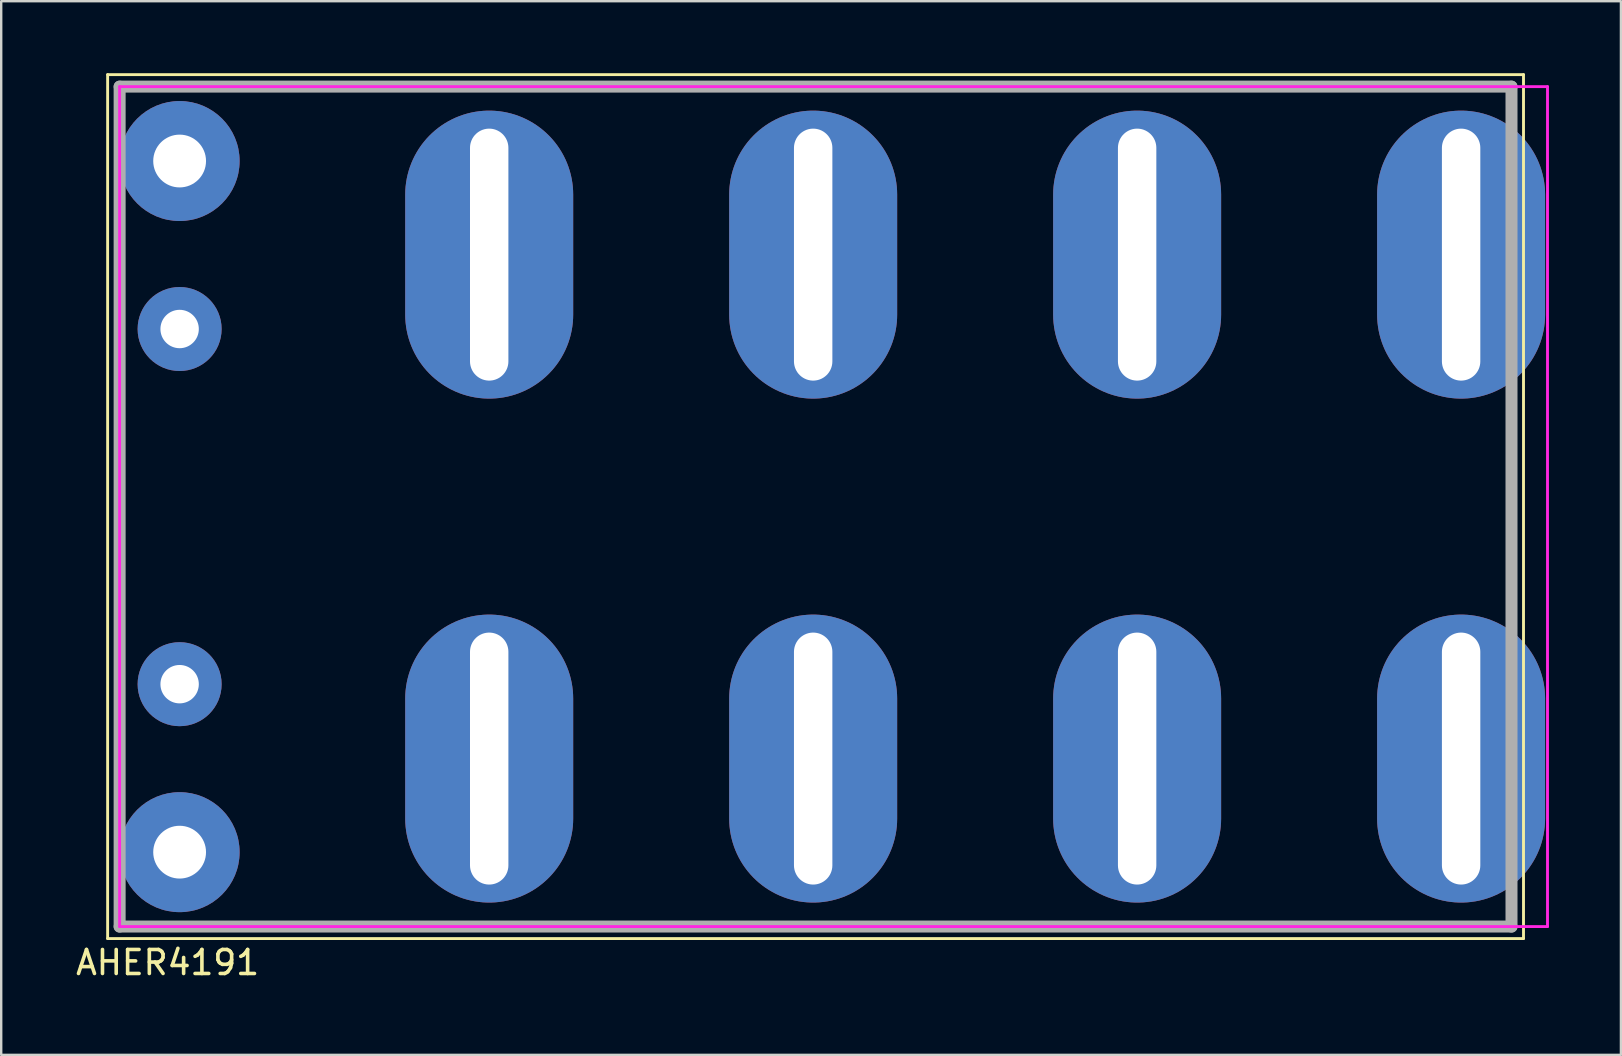
<source format=kicad_pcb>
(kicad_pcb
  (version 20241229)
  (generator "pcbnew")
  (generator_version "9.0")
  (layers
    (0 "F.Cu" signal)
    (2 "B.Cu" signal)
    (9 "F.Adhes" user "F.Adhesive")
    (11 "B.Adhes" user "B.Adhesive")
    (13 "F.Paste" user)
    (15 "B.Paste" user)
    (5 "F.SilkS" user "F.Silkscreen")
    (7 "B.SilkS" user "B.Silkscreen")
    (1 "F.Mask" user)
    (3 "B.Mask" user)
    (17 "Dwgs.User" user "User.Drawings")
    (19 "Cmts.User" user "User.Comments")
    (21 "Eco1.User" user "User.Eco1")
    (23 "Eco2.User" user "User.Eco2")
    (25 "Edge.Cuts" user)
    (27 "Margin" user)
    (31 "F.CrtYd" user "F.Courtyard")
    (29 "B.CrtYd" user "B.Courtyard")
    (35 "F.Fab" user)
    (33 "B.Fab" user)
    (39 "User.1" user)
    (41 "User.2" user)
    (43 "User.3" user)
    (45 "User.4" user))
  (footprint "AHER4191"
    (layer "F.Cu")
    (at 1.935 18.06)
    (property "Reference" "AHER4191" (at 2 19 180) (layer "F.SilkS") (effects (font (size 1 1) (thickness 0.15))))
    (attr through_hole)
    (fp_line (start -0.5 -18) (end 58.5 -18) (stroke (width 0.12) (type solid)) (layer "F.SilkS"))
    (fp_line (start -0.5 18) (end -0.5 -18) (stroke (width 0.12) (type solid)) (layer "F.SilkS"))
    (fp_line (start 58.5 -18) (end 58.5 18) (stroke (width 0.12) (type solid)) (layer "F.SilkS"))
    (fp_line (start 58.5 18) (end -0.5 18) (stroke (width 0.12) (type solid)) (layer "F.SilkS"))
    (fp_line (start 0 -17.5) (end 0 17.5) (stroke (width 0.12) (type solid)) (layer "F.CrtYd"))
    (fp_line (start 0 17.5) (end 59.5 17.5) (stroke (width 0.12) (type solid)) (layer "F.CrtYd"))
    (fp_line (start 59.5 -17.5) (end 0 -17.5) (stroke (width 0.12) (type solid)) (layer "F.CrtYd"))
    (fp_line (start 59.5 17.5) (end 59.5 -17.5) (stroke (width 0.12) (type solid)) (layer "F.CrtYd"))
    (fp_line (start 0 -17.5) (end 58 -17.5) (stroke (width 0.5) (type solid)) (layer "F.Fab"))
    (fp_line (start 0 17.5) (end 0 -17.5) (stroke (width 0.5) (type solid)) (layer "F.Fab"))
    (fp_line (start 58 -17.5) (end 58 17.5) (stroke (width 0.5) (type solid)) (layer "F.Fab"))
    (fp_line (start 58 17.5) (end 0 17.5) (stroke (width 0.5) (type solid)) (layer "F.Fab"))
    (pad "1" thru_hole oval (at 55.9 -10.5 180) (size 7 12) (drill oval 1.6 10.5) (layers "*.Cu" "*.Mask"))
    (pad "2" thru_hole oval (at 42.4 -10.5 180) (size 7 12) (drill oval 1.6 10.5) (layers "*.Cu" "*.Mask"))
    (pad "3" thru_hole oval (at 28.9 -10.5 180) (size 7 12) (drill oval 1.6 10.5) (layers "*.Cu" "*.Mask"))
    (pad "4" thru_hole oval (at 15.4 -10.5 180) (size 7 12) (drill oval 1.6 10.5) (layers "*.Cu" "*.Mask"))
    (pad "5" thru_hole circle (at 2.5 -14.4 180) (size 5 5) (drill 2.2) (layers "*.Cu" "*.Mask"))
    (pad "6" thru_hole circle (at 2.5 -7.4 180) (size 3.5 3.5) (drill 1.6) (layers "*.Cu" "*.Mask"))
    (pad "7" thru_hole circle (at 2.5 7.4 180) (size 3.5 3.5) (drill 1.6) (layers "*.Cu" "*.Mask"))
    (pad "8" thru_hole circle (at 2.5 14.4 180) (size 5 5) (drill 2.2) (layers "*.Cu" "*.Mask"))
    (pad "9" thru_hole oval (at 15.4 10.5 180) (size 7 12) (drill oval 1.6 10.5) (layers "*.Cu" "*.Mask"))
    (pad "10" thru_hole oval (at 28.9 10.5 180) (size 7 12) (drill oval 1.6 10.5) (layers "*.Cu" "*.Mask"))
    (pad "11" thru_hole oval (at 42.4 10.5 180) (size 7 12) (drill oval 1.6 10.5) (layers "*.Cu" "*.Mask"))
    (pad "12" thru_hole oval (at 55.9 10.5 180) (size 7 12) (drill oval 1.6 10.5) (layers "*.Cu" "*.Mask")))
  (gr_rect
    (start -3 -3)
    (end 64.495 40.908)
    (stroke (width 0.1) (type default))
    (fill no)
    (layer "Edge.Cuts")))
</source>
